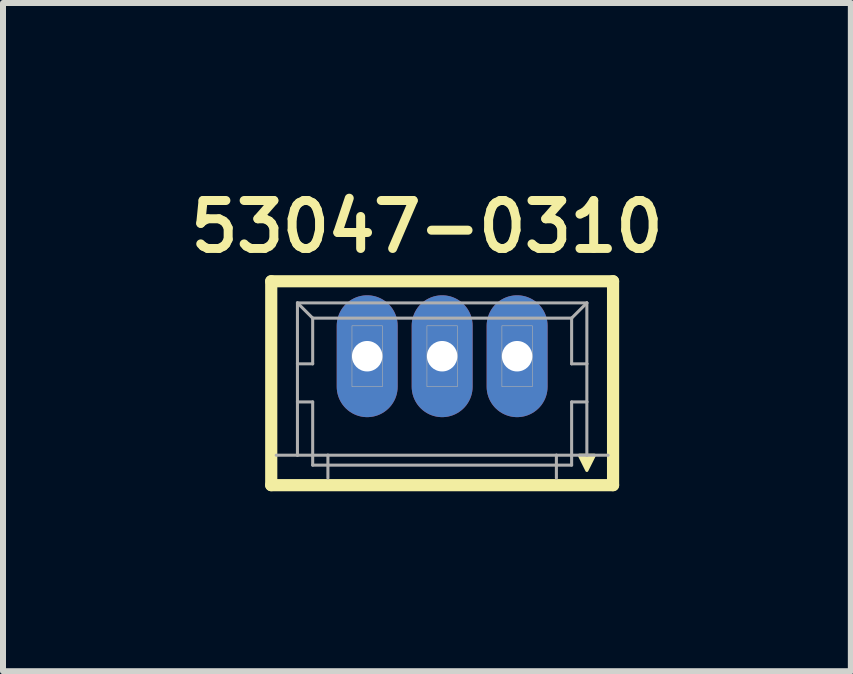
<source format=kicad_pcb>
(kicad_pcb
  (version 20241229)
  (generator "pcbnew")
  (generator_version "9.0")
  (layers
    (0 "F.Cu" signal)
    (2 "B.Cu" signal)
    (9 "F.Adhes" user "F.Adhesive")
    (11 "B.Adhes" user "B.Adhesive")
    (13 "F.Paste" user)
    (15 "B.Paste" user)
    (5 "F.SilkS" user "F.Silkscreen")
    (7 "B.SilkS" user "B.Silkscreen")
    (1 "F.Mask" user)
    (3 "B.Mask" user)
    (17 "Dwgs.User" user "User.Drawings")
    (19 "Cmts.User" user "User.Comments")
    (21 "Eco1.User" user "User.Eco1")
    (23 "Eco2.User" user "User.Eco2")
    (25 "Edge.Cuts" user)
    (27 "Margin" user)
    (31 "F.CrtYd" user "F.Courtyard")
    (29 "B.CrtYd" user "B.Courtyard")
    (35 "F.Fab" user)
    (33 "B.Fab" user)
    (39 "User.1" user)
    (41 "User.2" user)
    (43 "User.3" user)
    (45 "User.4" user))
  (footprint "53047-0310"
    (layer "F.Cu")
    (at 4.323 2.89)
    (property "Reference" "53047-0310" (at -0.254 -2.159 0) (layer "F.SilkS") (effects (font (size 0.8 0.8) (thickness 0.15))))
    (attr through_hole)
    (fp_line (start -2.85 -1.25) (end 2.85 -1.25) (stroke (width 0.203) (type solid)) (layer "F.SilkS"))
    (fp_line (start -2.85 2.15) (end -2.85 -1.25) (stroke (width 0.203) (type solid)) (layer "F.SilkS"))
    (fp_line (start 2.85 -1.25) (end 2.85 2.15) (stroke (width 0.203) (type solid)) (layer "F.SilkS"))
    (fp_line (start 2.85 2.15) (end -2.85 2.15) (stroke (width 0.203) (type solid)) (layer "F.SilkS"))
    (fp_poly (pts (xy 2.286 1.651) (xy 2.54 1.651) (xy 2.413 1.905)) (stroke (width 0.051) (type solid)) (fill yes) (layer "F.SilkS"))
    (fp_line (start -2.413 -0.889) (end 2.413 -0.889) (stroke (width 0.051) (type solid)) (layer "F.Fab"))
    (fp_line (start -2.413 0.127) (end -2.413 -0.889) (stroke (width 0.051) (type solid)) (layer "F.Fab"))
    (fp_line (start -2.413 0.127) (end -2.159 0.127) (stroke (width 0.051) (type solid)) (layer "F.Fab"))
    (fp_line (start -2.413 0.762) (end -2.413 0.127) (stroke (width 0.051) (type solid)) (layer "F.Fab"))
    (fp_line (start -2.413 0.762) (end -2.159 0.762) (stroke (width 0.051) (type solid)) (layer "F.Fab"))
    (fp_line (start -2.413 1.651) (end -2.767 1.651) (stroke (width 0.051) (type solid)) (layer "F.Fab"))
    (fp_line (start -2.413 1.651) (end -2.413 0.762) (stroke (width 0.051) (type solid)) (layer "F.Fab"))
    (fp_line (start -2.159 -0.635) (end -2.413 -0.889) (stroke (width 0.051) (type solid)) (layer "F.Fab"))
    (fp_line (start -2.159 -0.635) (end 2.159 -0.635) (stroke (width 0.051) (type solid)) (layer "F.Fab"))
    (fp_line (start -2.159 0.127) (end -2.159 -0.635) (stroke (width 0.051) (type solid)) (layer "F.Fab"))
    (fp_line (start -2.159 0.762) (end -2.159 1.651) (stroke (width 0.051) (type solid)) (layer "F.Fab"))
    (fp_line (start -2.159 1.651) (end -2.413 1.651) (stroke (width 0.051) (type solid)) (layer "F.Fab"))
    (fp_line (start -2.159 1.816) (end -2.159 1.651) (stroke (width 0.051) (type solid)) (layer "F.Fab"))
    (fp_line (start -1.905 1.651) (end -2.159 1.651) (stroke (width 0.051) (type solid)) (layer "F.Fab"))
    (fp_line (start -1.905 1.651) (end -1.905 2.032) (stroke (width 0.051) (type solid)) (layer "F.Fab"))
    (fp_line (start 1.905 1.651) (end -1.905 1.651) (stroke (width 0.051) (type solid)) (layer "F.Fab"))
    (fp_line (start 1.905 1.651) (end 1.905 2.032) (stroke (width 0.051) (type solid)) (layer "F.Fab"))
    (fp_line (start 2.159 -0.635) (end 2.159 0.127) (stroke (width 0.051) (type solid)) (layer "F.Fab"))
    (fp_line (start 2.159 -0.635) (end 2.413 -0.889) (stroke (width 0.051) (type solid)) (layer "F.Fab"))
    (fp_line (start 2.159 0.127) (end 2.413 0.127) (stroke (width 0.051) (type solid)) (layer "F.Fab"))
    (fp_line (start 2.159 0.762) (end 2.413 0.762) (stroke (width 0.051) (type solid)) (layer "F.Fab"))
    (fp_line (start 2.159 1.651) (end 1.905 1.651) (stroke (width 0.051) (type solid)) (layer "F.Fab"))
    (fp_line (start 2.159 1.651) (end 2.159 0.762) (stroke (width 0.051) (type solid)) (layer "F.Fab"))
    (fp_line (start 2.159 1.651) (end 2.159 1.816) (stroke (width 0.051) (type solid)) (layer "F.Fab"))
    (fp_line (start 2.159 1.816) (end -2.159 1.816) (stroke (width 0.051) (type solid)) (layer "F.Fab"))
    (fp_line (start 2.413 -0.889) (end 2.413 0.127) (stroke (width 0.051) (type solid)) (layer "F.Fab"))
    (fp_line (start 2.413 0.127) (end 2.413 0.762) (stroke (width 0.051) (type solid)) (layer "F.Fab"))
    (fp_line (start 2.413 0.762) (end 2.413 1.651) (stroke (width 0.051) (type solid)) (layer "F.Fab"))
    (fp_line (start 2.413 1.651) (end 2.159 1.651) (stroke (width 0.051) (type solid)) (layer "F.Fab"))
    (fp_line (start 2.767 1.651) (end 2.413 1.651) (stroke (width 0.051) (type solid)) (layer "F.Fab"))
    (fp_poly (pts (xy -1.504 -0.508) (xy -0.996 -0.508) (xy -0.996 0.508) (xy -1.504 0.508)) (stroke (width 0.01) (type solid)) (fill no) (layer "F.Fab"))
    (fp_poly (pts (xy -0.254 -0.508) (xy 0.254 -0.508) (xy 0.254 0.508) (xy -0.254 0.508)) (stroke (width 0.01) (type solid)) (fill no) (layer "F.Fab"))
    (fp_poly (pts (xy 0.996 -0.508) (xy 1.504 -0.508) (xy 1.504 0.508) (xy 0.996 0.508)) (stroke (width 0.01) (type solid)) (fill no) (layer "F.Fab"))
    (pad "1" thru_hole oval (at 1.25 0) (size 1.016 2.032) (drill 0.508) (layers "*.Cu" "*.Mask"))
    (pad "2" thru_hole oval (at 0 0) (size 1.016 2.032) (drill 0.508) (layers "*.Cu" "*.Mask"))
    (pad "3" thru_hole oval (at -1.25 0) (size 1.016 2.032) (drill 0.508) (layers "*.Cu" "*.Mask")))
  (gr_rect
    (start -3 -3)
    (end 11.138 8.142)
    (stroke (width 0.1) (type default))
    (fill no)
    (layer "Edge.Cuts")))
</source>
